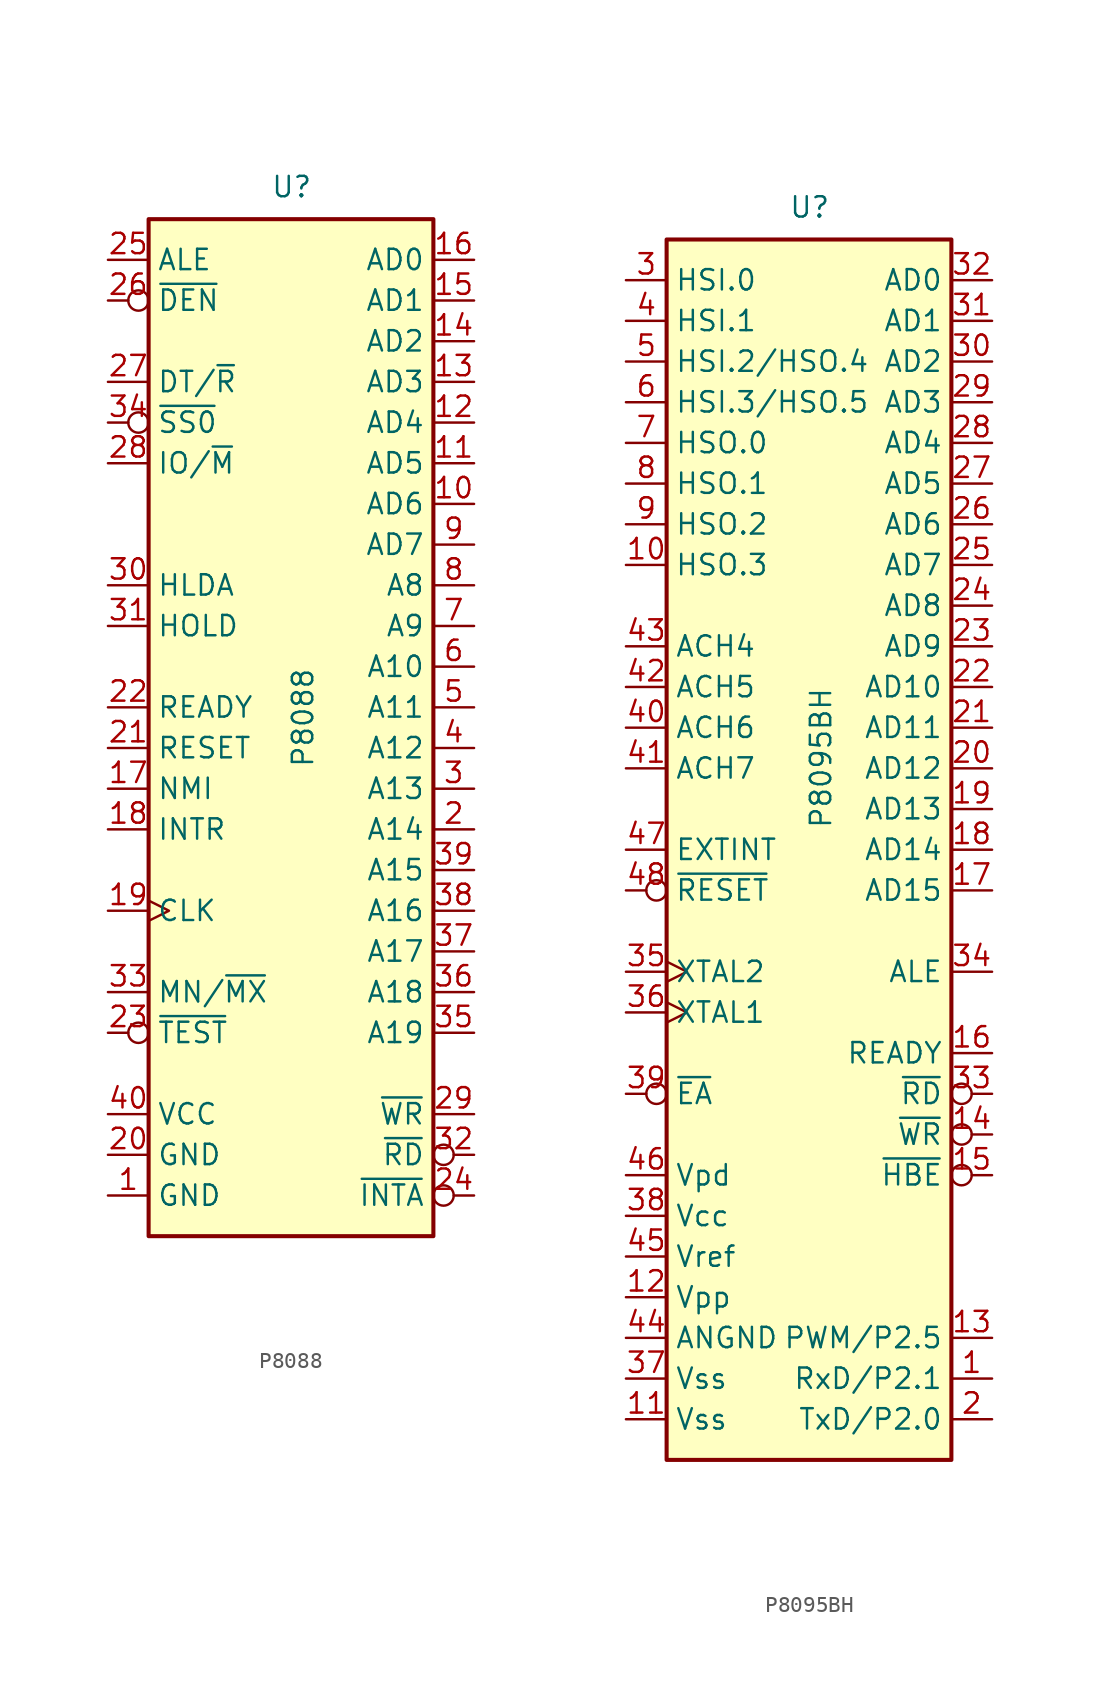
<source format=kicad_sym>
(kicad_symbol_lib
  (version 20211014)
  (generator kicad_symbol_editor)
  (symbol "P8088"
    (property "Reference" "U"
      (at -1.27 31.75 0)
      (effects (font (size 1.27 1.27)) (justify left bottom)))
    (property "Value" "P8088"
      (at 0 -3.81 90)
      (effects (font (size 1.27 1.27)) (justify left top)))
    (symbol "P8088_0_1"
      (rectangle (start -8.89 -33.02) (end 8.89 30.48) (stroke (width 0.254) (type default) (color 0 0 0 0)) (fill (type background))))
    (symbol "P8088_1_1"
      (pin power_in line (at -11.43 -30.48 0) (length 2.54) (name "GND" (effects (font (size 1.27 1.27)))) (number "1" (effects (font (size 1.27 1.27)))))
      (pin bidirectional line (at 11.43 12.7 180) (length 2.54) (name "AD6" (effects (font (size 1.27 1.27)))) (number "10" (effects (font (size 1.27 1.27)))))
      (pin bidirectional line (at 11.43 15.24 180) (length 2.54) (name "AD5" (effects (font (size 1.27 1.27)))) (number "11" (effects (font (size 1.27 1.27)))))
      (pin bidirectional line (at 11.43 17.78 180) (length 2.54) (name "AD4" (effects (font (size 1.27 1.27)))) (number "12" (effects (font (size 1.27 1.27)))))
      (pin bidirectional line (at 11.43 20.32 180) (length 2.54) (name "AD3" (effects (font (size 1.27 1.27)))) (number "13" (effects (font (size 1.27 1.27)))))
      (pin bidirectional line (at 11.43 22.86 180) (length 2.54) (name "AD2" (effects (font (size 1.27 1.27)))) (number "14" (effects (font (size 1.27 1.27)))))
      (pin bidirectional line (at 11.43 25.4 180) (length 2.54) (name "AD1" (effects (font (size 1.27 1.27)))) (number "15" (effects (font (size 1.27 1.27)))))
      (pin bidirectional line (at 11.43 27.94 180) (length 2.54) (name "AD0" (effects (font (size 1.27 1.27)))) (number "16" (effects (font (size 1.27 1.27)))))
      (pin input line (at -11.43 -5.08 0) (length 2.54) (name "NMI" (effects (font (size 1.27 1.27)))) (number "17" (effects (font (size 1.27 1.27)))))
      (pin input line (at -11.43 -7.62 0) (length 2.54) (name "INTR" (effects (font (size 1.27 1.27)))) (number "18" (effects (font (size 1.27 1.27)))))
      (pin input clock (at -11.43 -12.7 0) (length 2.54) (name "CLK" (effects (font (size 1.27 1.27)))) (number "19" (effects (font (size 1.27 1.27)))))
      (pin output line (at 11.43 -7.62 180) (length 2.54) (name "A14" (effects (font (size 1.27 1.27)))) (number "2" (effects (font (size 1.27 1.27)))))
      (pin power_in line (at -11.43 -27.94 0) (length 2.54) (name "GND" (effects (font (size 1.27 1.27)))) (number "20" (effects (font (size 1.27 1.27)))))
      (pin input line (at -11.43 -2.54 0) (length 2.54) (name "RESET" (effects (font (size 1.27 1.27)))) (number "21" (effects (font (size 1.27 1.27)))))
      (pin input line (at -11.43 0 0) (length 2.54) (name "READY" (effects (font (size 1.27 1.27)))) (number "22" (effects (font (size 1.27 1.27)))))
      (pin input inverted (at -11.43 -20.32 0) (length 2.54) (name "~{TEST}" (effects (font (size 1.27 1.27)))) (number "23" (effects (font (size 1.27 1.27)))))
      (pin output inverted (at 11.43 -30.48 180) (length 2.54) (name "~{INTA}" (effects (font (size 1.27 1.27)))) (number "24" (effects (font (size 1.27 1.27)))))
      (pin output line (at -11.43 27.94 0) (length 2.54) (name "ALE" (effects (font (size 1.27 1.27)))) (number "25" (effects (font (size 1.27 1.27)))))
      (pin output inverted (at -11.43 25.4 0) (length 2.54) (name "~{DEN}" (effects (font (size 1.27 1.27)))) (number "26" (effects (font (size 1.27 1.27)))))
      (pin output line (at -11.43 20.32 0) (length 2.54) (name "DT/~{R}" (effects (font (size 1.27 1.27)))) (number "27" (effects (font (size 1.27 1.27)))))
      (pin output line (at -11.43 15.24 0) (length 2.54) (name "IO/~{M}" (effects (font (size 1.27 1.27)))) (number "28" (effects (font (size 1.27 1.27)))))
      (pin output line (at 11.43 -25.4 180) (length 2.54) (name "~{WR}" (effects (font (size 1.27 1.27)))) (number "29" (effects (font (size 1.27 1.27)))))
      (pin output line (at 11.43 -5.08 180) (length 2.54) (name "A13" (effects (font (size 1.27 1.27)))) (number "3" (effects (font (size 1.27 1.27)))))
      (pin output line (at -11.43 7.62 0) (length 2.54) (name "HLDA" (effects (font (size 1.27 1.27)))) (number "30" (effects (font (size 1.27 1.27)))))
      (pin input line (at -11.43 5.08 0) (length 2.54) (name "HOLD" (effects (font (size 1.27 1.27)))) (number "31" (effects (font (size 1.27 1.27)))))
      (pin output inverted (at 11.43 -27.94 180) (length 2.54) (name "~{RD}" (effects (font (size 1.27 1.27)))) (number "32" (effects (font (size 1.27 1.27)))))
      (pin input line (at -11.43 -17.78 0) (length 2.54) (name "MN/~{MX}" (effects (font (size 1.27 1.27)))) (number "33" (effects (font (size 1.27 1.27)))))
      (pin output inverted (at -11.43 17.78 0) (length 2.54) (name "~{SS0}" (effects (font (size 1.27 1.27)))) (number "34" (effects (font (size 1.27 1.27)))))
      (pin output line (at 11.43 -20.32 180) (length 2.54) (name "A19" (effects (font (size 1.27 1.27)))) (number "35" (effects (font (size 1.27 1.27)))))
      (pin output line (at 11.43 -17.78 180) (length 2.54) (name "A18" (effects (font (size 1.27 1.27)))) (number "36" (effects (font (size 1.27 1.27)))))
      (pin output line (at 11.43 -15.24 180) (length 2.54) (name "A17" (effects (font (size 1.27 1.27)))) (number "37" (effects (font (size 1.27 1.27)))))
      (pin output line (at 11.43 -12.7 180) (length 2.54) (name "A16" (effects (font (size 1.27 1.27)))) (number "38" (effects (font (size 1.27 1.27)))))
      (pin output line (at 11.43 -10.16 180) (length 2.54) (name "A15" (effects (font (size 1.27 1.27)))) (number "39" (effects (font (size 1.27 1.27)))))
      (pin output line (at 11.43 -2.54 180) (length 2.54) (name "A12" (effects (font (size 1.27 1.27)))) (number "4" (effects (font (size 1.27 1.27)))))
      (pin power_in line (at -11.43 -25.4 0) (length 2.54) (name "VCC" (effects (font (size 1.27 1.27)))) (number "40" (effects (font (size 1.27 1.27)))))
      (pin output line (at 11.43 0 180) (length 2.54) (name "A11" (effects (font (size 1.27 1.27)))) (number "5" (effects (font (size 1.27 1.27)))))
      (pin output line (at 11.43 2.54 180) (length 2.54) (name "A10" (effects (font (size 1.27 1.27)))) (number "6" (effects (font (size 1.27 1.27)))))
      (pin output line (at 11.43 5.08 180) (length 2.54) (name "A9" (effects (font (size 1.27 1.27)))) (number "7" (effects (font (size 1.27 1.27)))))
      (pin output line (at 11.43 7.62 180) (length 2.54) (name "A8" (effects (font (size 1.27 1.27)))) (number "8" (effects (font (size 1.27 1.27)))))
      (pin bidirectional line (at 11.43 10.16 180) (length 2.54) (name "AD7" (effects (font (size 1.27 1.27)))) (number "9" (effects (font (size 1.27 1.27)))))))
  (symbol "P8095BH"
    (property "Reference" "U"
      (at -1.27 39.37 0)
      (effects (font (size 1.27 1.27)) (justify left bottom)))
    (property "Value" "P8095BH"
      (at 0 1.27 90)
      (effects (font (size 1.27 1.27)) (justify left top)))
    (symbol "P8095BH_0_0"
      (pin input line (at -11.43 35.56 0) (length 2.54) (name "HSI.0" (effects (font (size 1.27 1.27)))) (number "3" (effects (font (size 1.27 1.27)))))
      (pin power_in line (at -11.43 -33.02 0) (length 2.54) (name "Vss" (effects (font (size 1.27 1.27)))) (number "37" (effects (font (size 1.27 1.27)))))
      (pin input inverted (at -11.43 -15.24 0) (length 2.54) (name "~{EA}" (effects (font (size 1.27 1.27)))) (number "39" (effects (font (size 1.27 1.27)))))
      (pin input line (at -11.43 33.02 0) (length 2.54) (name "HSI.1" (effects (font (size 1.27 1.27)))) (number "4" (effects (font (size 1.27 1.27)))))
      (pin bidirectional line (at -11.43 7.62 0) (length 2.54) (name "ACH6" (effects (font (size 1.27 1.27)))) (number "40" (effects (font (size 1.27 1.27)))))
      (pin bidirectional line (at -11.43 5.08 0) (length 2.54) (name "ACH7" (effects (font (size 1.27 1.27)))) (number "41" (effects (font (size 1.27 1.27)))))
      (pin input line (at -11.43 -25.4 0) (length 2.54) (name "Vref" (effects (font (size 1.27 1.27)))) (number "45" (effects (font (size 1.27 1.27)))))
      (pin bidirectional line (at -11.43 30.48 0) (length 2.54) (name "HSI.2/HSO.4" (effects (font (size 1.27 1.27)))) (number "5" (effects (font (size 1.27 1.27)))))
      (pin bidirectional line (at -11.43 27.94 0) (length 2.54) (name "HSI.3/HSO.5" (effects (font (size 1.27 1.27)))) (number "6" (effects (font (size 1.27 1.27))))))
    (symbol "P8095BH_0_1"
      (rectangle (start -8.89 -38.1) (end 8.89 38.1) (stroke (width 0.254) (type default) (color 0 0 0 0)) (fill (type background))))
    (symbol "P8095BH_1_1"
      (pin input line (at 11.43 -33.02 180) (length 2.54) (name "RxD/P2.1" (effects (font (size 1.27 1.27)))) (number "1" (effects (font (size 1.27 1.27)))))
      (pin output line (at -11.43 17.78 0) (length 2.54) (name "HSO.3" (effects (font (size 1.27 1.27)))) (number "10" (effects (font (size 1.27 1.27)))))
      (pin power_in line (at -11.43 -35.56 0) (length 2.54) (name "Vss" (effects (font (size 1.27 1.27)))) (number "11" (effects (font (size 1.27 1.27)))))
      (pin passive line (at -11.43 -27.94 0) (length 2.54) (name "Vpp" (effects (font (size 1.27 1.27)))) (number "12" (effects (font (size 1.27 1.27)))))
      (pin bidirectional line (at 11.43 -30.48 180) (length 2.54) (name "PWM/P2.5" (effects (font (size 1.27 1.27)))) (number "13" (effects (font (size 1.27 1.27)))))
      (pin output inverted (at 11.43 -17.78 180) (length 2.54) (name "~{WR}" (effects (font (size 1.27 1.27)))) (number "14" (effects (font (size 1.27 1.27)))))
      (pin output inverted (at 11.43 -20.32 180) (length 2.54) (name "~{HBE}" (effects (font (size 1.27 1.27)))) (number "15" (effects (font (size 1.27 1.27)))))
      (pin input line (at 11.43 -12.7 180) (length 2.54) (name "READY" (effects (font (size 1.27 1.27)))) (number "16" (effects (font (size 1.27 1.27)))))
      (pin bidirectional line (at 11.43 -2.54 180) (length 2.54) (name "AD15" (effects (font (size 1.27 1.27)))) (number "17" (effects (font (size 1.27 1.27)))))
      (pin bidirectional line (at 11.43 0 180) (length 2.54) (name "AD14" (effects (font (size 1.27 1.27)))) (number "18" (effects (font (size 1.27 1.27)))))
      (pin bidirectional line (at 11.43 2.54 180) (length 2.54) (name "AD13" (effects (font (size 1.27 1.27)))) (number "19" (effects (font (size 1.27 1.27)))))
      (pin output line (at 11.43 -35.56 180) (length 2.54) (name "TxD/P2.0" (effects (font (size 1.27 1.27)))) (number "2" (effects (font (size 1.27 1.27)))))
      (pin bidirectional line (at 11.43 5.08 180) (length 2.54) (name "AD12" (effects (font (size 1.27 1.27)))) (number "20" (effects (font (size 1.27 1.27)))))
      (pin bidirectional line (at 11.43 7.62 180) (length 2.54) (name "AD11" (effects (font (size 1.27 1.27)))) (number "21" (effects (font (size 1.27 1.27)))))
      (pin bidirectional line (at 11.43 10.16 180) (length 2.54) (name "AD10" (effects (font (size 1.27 1.27)))) (number "22" (effects (font (size 1.27 1.27)))))
      (pin bidirectional line (at 11.43 12.7 180) (length 2.54) (name "AD9" (effects (font (size 1.27 1.27)))) (number "23" (effects (font (size 1.27 1.27)))))
      (pin bidirectional line (at 11.43 15.24 180) (length 2.54) (name "AD8" (effects (font (size 1.27 1.27)))) (number "24" (effects (font (size 1.27 1.27)))))
      (pin bidirectional line (at 11.43 17.78 180) (length 2.54) (name "AD7" (effects (font (size 1.27 1.27)))) (number "25" (effects (font (size 1.27 1.27)))))
      (pin bidirectional line (at 11.43 20.32 180) (length 2.54) (name "AD6" (effects (font (size 1.27 1.27)))) (number "26" (effects (font (size 1.27 1.27)))))
      (pin bidirectional line (at 11.43 22.86 180) (length 2.54) (name "AD5" (effects (font (size 1.27 1.27)))) (number "27" (effects (font (size 1.27 1.27)))))
      (pin bidirectional line (at 11.43 25.4 180) (length 2.54) (name "AD4" (effects (font (size 1.27 1.27)))) (number "28" (effects (font (size 1.27 1.27)))))
      (pin bidirectional line (at 11.43 27.94 180) (length 2.54) (name "AD3" (effects (font (size 1.27 1.27)))) (number "29" (effects (font (size 1.27 1.27)))))
      (pin bidirectional line (at 11.43 30.48 180) (length 2.54) (name "AD2" (effects (font (size 1.27 1.27)))) (number "30" (effects (font (size 1.27 1.27)))))
      (pin bidirectional line (at 11.43 33.02 180) (length 2.54) (name "AD1" (effects (font (size 1.27 1.27)))) (number "31" (effects (font (size 1.27 1.27)))))
      (pin bidirectional line (at 11.43 35.56 180) (length 2.54) (name "AD0" (effects (font (size 1.27 1.27)))) (number "32" (effects (font (size 1.27 1.27)))))
      (pin output inverted (at 11.43 -15.24 180) (length 2.54) (name "~{RD}" (effects (font (size 1.27 1.27)))) (number "33" (effects (font (size 1.27 1.27)))))
      (pin output line (at 11.43 -7.62 180) (length 2.54) (name "ALE" (effects (font (size 1.27 1.27)))) (number "34" (effects (font (size 1.27 1.27)))))
      (pin output clock (at -11.43 -7.62 0) (length 2.54) (name "XTAL2" (effects (font (size 1.27 1.27)))) (number "35" (effects (font (size 1.27 1.27)))))
      (pin input clock (at -11.43 -10.16 0) (length 2.54) (name "XTAL1" (effects (font (size 1.27 1.27)))) (number "36" (effects (font (size 1.27 1.27)))))
      (pin power_in line (at -11.43 -22.86 0) (length 2.54) (name "Vcc" (effects (font (size 1.27 1.27)))) (number "38" (effects (font (size 1.27 1.27)))))
      (pin bidirectional line (at -11.43 10.16 0) (length 2.54) (name "ACH5" (effects (font (size 1.27 1.27)))) (number "42" (effects (font (size 1.27 1.27)))))
      (pin bidirectional line (at -11.43 12.7 0) (length 2.54) (name "ACH4" (effects (font (size 1.27 1.27)))) (number "43" (effects (font (size 1.27 1.27)))))
      (pin power_in line (at -11.43 -30.48 0) (length 2.54) (name "ANGND" (effects (font (size 1.27 1.27)))) (number "44" (effects (font (size 1.27 1.27)))))
      (pin power_in line (at -11.43 -20.32 0) (length 2.54) (name "Vpd" (effects (font (size 1.27 1.27)))) (number "46" (effects (font (size 1.27 1.27)))))
      (pin input line (at -11.43 0 0) (length 2.54) (name "EXTINT" (effects (font (size 1.27 1.27)))) (number "47" (effects (font (size 1.27 1.27)))))
      (pin input inverted (at -11.43 -2.54 0) (length 2.54) (name "~{RESET}" (effects (font (size 1.27 1.27)))) (number "48" (effects (font (size 1.27 1.27)))))
      (pin output line (at -11.43 25.4 0) (length 2.54) (name "HSO.0" (effects (font (size 1.27 1.27)))) (number "7" (effects (font (size 1.27 1.27)))))
      (pin output line (at -11.43 22.86 0) (length 2.54) (name "HSO.1" (effects (font (size 1.27 1.27)))) (number "8" (effects (font (size 1.27 1.27)))))
      (pin output line (at -11.43 20.32 0) (length 2.54) (name "HSO.2" (effects (font (size 1.27 1.27)))) (number "9" (effects (font (size 1.27 1.27))))))))
</source>
